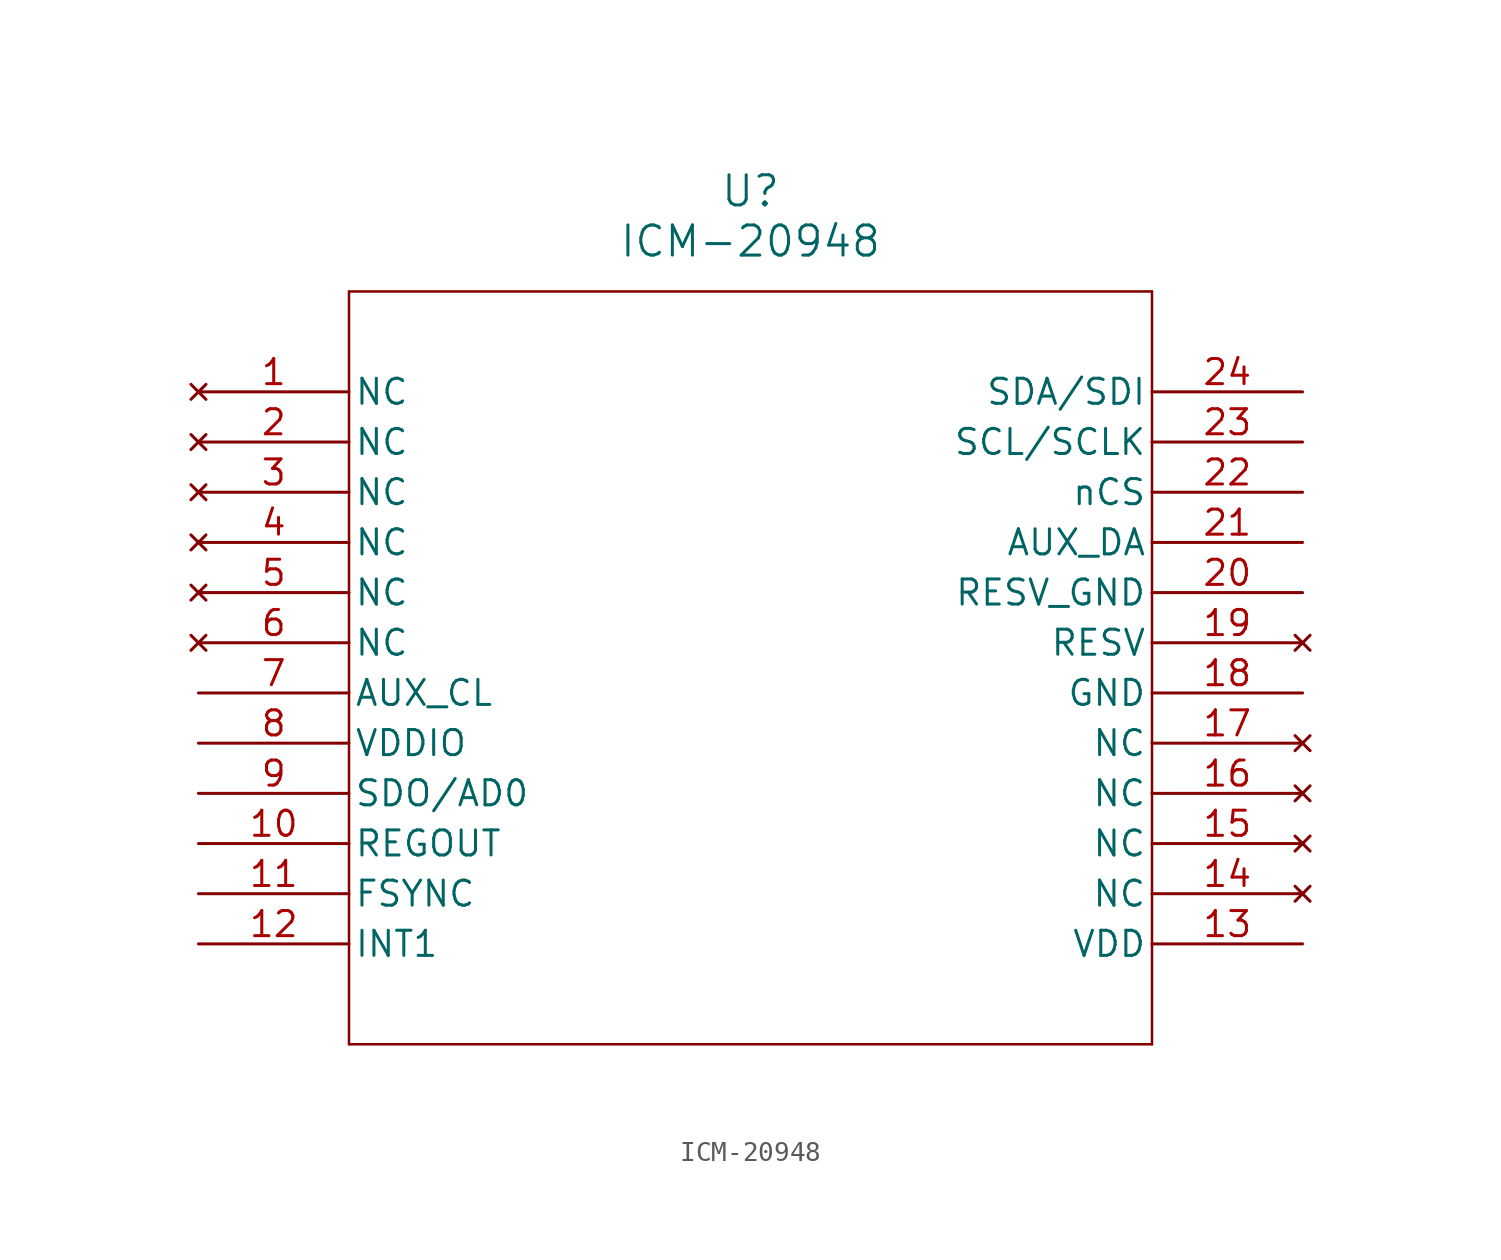
<source format=kicad_sym>
(kicad_symbol_lib
  (version 20211014)
  (generator kicad_symbol_editor)
  (symbol "ICM-20948"
    (pin_names
      (offset 0.254))
    (property "Reference" "U"
      (at 27.94 10.16 0)
      (effects (font (size 1.524 1.524))))
    (property "Value" "ICM-20948"
      (at 27.94 7.62 0)
      (effects (font (size 1.524 1.524))))
    (polyline
      (pts (xy 7.62 5.08) (xy 7.62 -33.02))
      (stroke (width 0.127) (type default) (color 0 0 0 0))
      (fill (type none)))
    (polyline
      (pts (xy 7.62 -33.02) (xy 48.26 -33.02))
      (stroke (width 0.127) (type default) (color 0 0 0 0))
      (fill (type none)))
    (polyline
      (pts (xy 48.26 -33.02) (xy 48.26 5.08))
      (stroke (width 0.127) (type default) (color 0 0 0 0))
      (fill (type none)))
    (polyline
      (pts (xy 48.26 5.08) (xy 7.62 5.08))
      (stroke (width 0.127) (type default) (color 0 0 0 0))
      (fill (type none)))
    (pin no_connect line
      (at 0 0 0)
      (length 7.62)
      (name "NC" (effects (font (size 1.27 1.27))))
      (number "1" (effects (font (size 1.27 1.27)))))
    (pin no_connect line
      (at 0 -2.54 0)
      (length 7.62)
      (name "NC" (effects (font (size 1.27 1.27))))
      (number "2" (effects (font (size 1.27 1.27)))))
    (pin no_connect line
      (at 0 -5.08 0)
      (length 7.62)
      (name "NC" (effects (font (size 1.27 1.27))))
      (number "3" (effects (font (size 1.27 1.27)))))
    (pin no_connect line
      (at 0 -7.62 0)
      (length 7.62)
      (name "NC" (effects (font (size 1.27 1.27))))
      (number "4" (effects (font (size 1.27 1.27)))))
    (pin no_connect line
      (at 0 -10.16 0)
      (length 7.62)
      (name "NC" (effects (font (size 1.27 1.27))))
      (number "5" (effects (font (size 1.27 1.27)))))
    (pin no_connect line
      (at 0 -12.7 0)
      (length 7.62)
      (name "NC" (effects (font (size 1.27 1.27))))
      (number "6" (effects (font (size 1.27 1.27)))))
    (pin unspecified line
      (at 0 -15.24 0)
      (length 7.62)
      (name "AUX_CL" (effects (font (size 1.27 1.27))))
      (number "7" (effects (font (size 1.27 1.27)))))
    (pin power_in line
      (at 0 -17.78 0)
      (length 7.62)
      (name "VDDIO" (effects (font (size 1.27 1.27))))
      (number "8" (effects (font (size 1.27 1.27)))))
    (pin bidirectional line
      (at 0 -20.32 0)
      (length 7.62)
      (name "SDO/AD0" (effects (font (size 1.27 1.27))))
      (number "9" (effects (font (size 1.27 1.27)))))
    (pin output line
      (at 0 -22.86 0)
      (length 7.62)
      (name "REGOUT" (effects (font (size 1.27 1.27))))
      (number "10" (effects (font (size 1.27 1.27)))))
    (pin input line
      (at 0 -25.4 0)
      (length 7.62)
      (name "FSYNC" (effects (font (size 1.27 1.27))))
      (number "11" (effects (font (size 1.27 1.27)))))
    (pin output line
      (at 0 -27.94 0)
      (length 7.62)
      (name "INT1" (effects (font (size 1.27 1.27))))
      (number "12" (effects (font (size 1.27 1.27)))))
    (pin power_in line
      (at 55.88 -27.94 180)
      (length 7.62)
      (name "VDD" (effects (font (size 1.27 1.27))))
      (number "13" (effects (font (size 1.27 1.27)))))
    (pin no_connect line
      (at 55.88 -25.4 180)
      (length 7.62)
      (name "NC" (effects (font (size 1.27 1.27))))
      (number "14" (effects (font (size 1.27 1.27)))))
    (pin no_connect line
      (at 55.88 -22.86 180)
      (length 7.62)
      (name "NC" (effects (font (size 1.27 1.27))))
      (number "15" (effects (font (size 1.27 1.27)))))
    (pin no_connect line
      (at 55.88 -20.32 180)
      (length 7.62)
      (name "NC" (effects (font (size 1.27 1.27))))
      (number "16" (effects (font (size 1.27 1.27)))))
    (pin no_connect line
      (at 55.88 -17.78 180)
      (length 7.62)
      (name "NC" (effects (font (size 1.27 1.27))))
      (number "17" (effects (font (size 1.27 1.27)))))
    (pin power_out line
      (at 55.88 -15.24 180)
      (length 7.62)
      (name "GND" (effects (font (size 1.27 1.27))))
      (number "18" (effects (font (size 1.27 1.27)))))
    (pin no_connect line
      (at 55.88 -12.7 180)
      (length 7.62)
      (name "RESV" (effects (font (size 1.27 1.27))))
      (number "19" (effects (font (size 1.27 1.27)))))
    (pin power_out line
      (at 55.88 -10.16 180)
      (length 7.62)
      (name "RESV_GND" (effects (font (size 1.27 1.27))))
      (number "20" (effects (font (size 1.27 1.27)))))
    (pin unspecified line
      (at 55.88 -7.62 180)
      (length 7.62)
      (name "AUX_DA" (effects (font (size 1.27 1.27))))
      (number "21" (effects (font (size 1.27 1.27)))))
    (pin input line
      (at 55.88 -5.08 180)
      (length 7.62)
      (name "nCS" (effects (font (size 1.27 1.27))))
      (number "22" (effects (font (size 1.27 1.27)))))
    (pin input line
      (at 55.88 -2.54 180)
      (length 7.62)
      (name "SCL/SCLK" (effects (font (size 1.27 1.27))))
      (number "23" (effects (font (size 1.27 1.27)))))
    (pin input line
      (at 55.88 0 180)
      (length 7.62)
      (name "SDA/SDI" (effects (font (size 1.27 1.27))))
      (number "24" (effects (font (size 1.27 1.27)))))))
</source>
